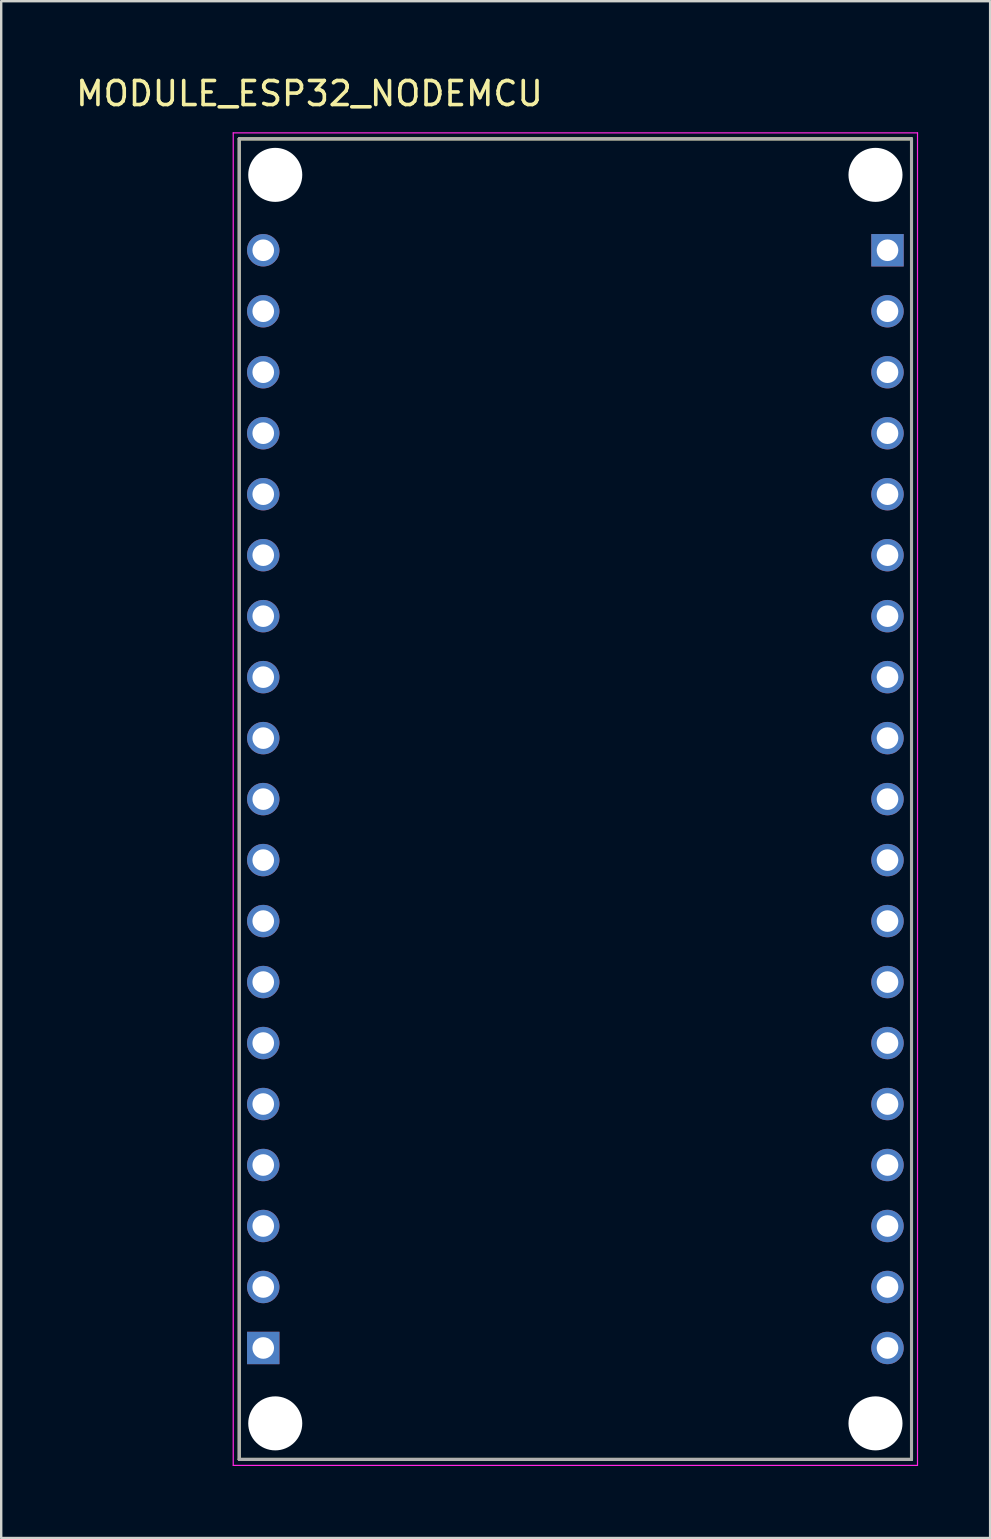
<source format=kicad_pcb>
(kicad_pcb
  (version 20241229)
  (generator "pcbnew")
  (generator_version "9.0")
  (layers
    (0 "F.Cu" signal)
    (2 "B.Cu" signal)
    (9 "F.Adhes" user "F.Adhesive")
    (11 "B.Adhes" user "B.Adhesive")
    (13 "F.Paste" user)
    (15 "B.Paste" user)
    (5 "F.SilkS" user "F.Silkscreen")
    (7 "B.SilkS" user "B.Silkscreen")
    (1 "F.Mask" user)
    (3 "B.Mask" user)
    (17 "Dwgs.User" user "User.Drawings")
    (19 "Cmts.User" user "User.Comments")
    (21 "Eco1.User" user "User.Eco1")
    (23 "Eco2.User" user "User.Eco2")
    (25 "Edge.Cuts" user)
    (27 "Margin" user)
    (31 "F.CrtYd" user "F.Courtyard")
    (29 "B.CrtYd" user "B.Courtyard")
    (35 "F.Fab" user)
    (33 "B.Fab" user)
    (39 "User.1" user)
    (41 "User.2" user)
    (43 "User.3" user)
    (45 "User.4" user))
  (footprint "MODULE_ESP32_NODEMCU"
    (layer "F.Cu")
    (at 20.914 30.233)
    (property "Reference" "MODULE_ESP32_NODEMCU" (at -11.075 -29.385 0) (layer "F.SilkS") (effects (font (size 1 1) (thickness 0.15))))
    (attr through_hole)
    (fp_line (start -14 -27.5) (end -14 27.5) (stroke (width 0.127) (type solid)) (layer "F.SilkS"))
    (fp_line (start -14 -27.5) (end 14 -27.5) (stroke (width 0.127) (type solid)) (layer "F.SilkS"))
    (fp_line (start -14 27.5) (end 14 27.5) (stroke (width 0.127) (type solid)) (layer "F.SilkS"))
    (fp_line (start 14 -27.5) (end 14 27.5) (stroke (width 0.127) (type solid)) (layer "F.SilkS"))
    (fp_line (start -14.25 -27.75) (end -14.25 27.75) (stroke (width 0.05) (type solid)) (layer "F.CrtYd"))
    (fp_line (start -14.25 27.75) (end 14.25 27.75) (stroke (width 0.05) (type solid)) (layer "F.CrtYd"))
    (fp_line (start 14.25 -27.75) (end -14.25 -27.75) (stroke (width 0.05) (type solid)) (layer "F.CrtYd"))
    (fp_line (start 14.25 27.75) (end 14.25 -27.75) (stroke (width 0.05) (type solid)) (layer "F.CrtYd"))
    (fp_line (start -14 -27.5) (end 14 -27.5) (stroke (width 0.127) (type solid)) (layer "F.Fab"))
    (fp_line (start -14 27.5) (end -14 -27.5) (stroke (width 0.127) (type solid)) (layer "F.Fab"))
    (fp_line (start 14 -27.5) (end 14 27.5) (stroke (width 0.127) (type solid)) (layer "F.Fab"))
    (fp_line (start 14 27.5) (end -14 27.5) (stroke (width 0.127) (type solid)) (layer "F.Fab"))
    (pad "" np_thru_hole circle (at -12.5 -26) (size 2.25 2.25) (drill 2.25) (layers "*.Cu" "*.Mask"))
    (pad "" np_thru_hole circle (at -12.5 26) (size 2.25 2.25) (drill 2.25) (layers "*.Cu" "*.Mask"))
    (pad "" np_thru_hole circle (at 12.5 -26) (size 2.25 2.25) (drill 2.25) (layers "*.Cu" "*.Mask"))
    (pad "" np_thru_hole circle (at 12.5 26) (size 2.25 2.25) (drill 2.25) (layers "*.Cu" "*.Mask"))
    (pad "J4_1" thru_hole rect (at 13 -22.86) (size 1.35 1.35) (drill 0.9) (layers "*.Cu" "*.Mask"))
    (pad "J4_2" thru_hole circle (at 13 -20.32) (size 1.35 1.35) (drill 0.9) (layers "*.Cu" "*.Mask"))
    (pad "J4_3" thru_hole circle (at 13 -17.78) (size 1.35 1.35) (drill 0.9) (layers "*.Cu" "*.Mask"))
    (pad "J4_4" thru_hole circle (at 13 -15.24) (size 1.35 1.35) (drill 0.9) (layers "*.Cu" "*.Mask"))
    (pad "J4_5" thru_hole circle (at 13 -12.7) (size 1.35 1.35) (drill 0.9) (layers "*.Cu" "*.Mask"))
    (pad "J4_6" thru_hole circle (at 13 -10.16) (size 1.35 1.35) (drill 0.9) (layers "*.Cu" "*.Mask"))
    (pad "J4_7" thru_hole circle (at 13 -7.62) (size 1.35 1.35) (drill 0.9) (layers "*.Cu" "*.Mask"))
    (pad "J4_8" thru_hole circle (at 13 -5.08) (size 1.35 1.35) (drill 0.9) (layers "*.Cu" "*.Mask"))
    (pad "J4_9" thru_hole circle (at 13 -2.54) (size 1.35 1.35) (drill 0.9) (layers "*.Cu" "*.Mask"))
    (pad "J4_10" thru_hole circle (at 13 0) (size 1.35 1.35) (drill 0.9) (layers "*.Cu" "*.Mask"))
    (pad "J4_11" thru_hole circle (at 13 2.54) (size 1.35 1.35) (drill 0.9) (layers "*.Cu" "*.Mask"))
    (pad "J4_12" thru_hole circle (at 13 5.08) (size 1.35 1.35) (drill 0.9) (layers "*.Cu" "*.Mask"))
    (pad "J4_13" thru_hole circle (at 13 7.62) (size 1.35 1.35) (drill 0.9) (layers "*.Cu" "*.Mask"))
    (pad "J4_14" thru_hole circle (at 13 10.16) (size 1.35 1.35) (drill 0.9) (layers "*.Cu" "*.Mask"))
    (pad "J4_15" thru_hole circle (at 13 12.7) (size 1.35 1.35) (drill 0.9) (layers "*.Cu" "*.Mask"))
    (pad "J4_16" thru_hole circle (at 13 15.24) (size 1.35 1.35) (drill 0.9) (layers "*.Cu" "*.Mask"))
    (pad "J4_17" thru_hole circle (at 13 17.78) (size 1.35 1.35) (drill 0.9) (layers "*.Cu" "*.Mask"))
    (pad "J4_18" thru_hole circle (at 13 20.32) (size 1.35 1.35) (drill 0.9) (layers "*.Cu" "*.Mask"))
    (pad "J4_19" thru_hole circle (at 13 22.86) (size 1.35 1.35) (drill 0.9) (layers "*.Cu" "*.Mask"))
    (pad "J5_1" thru_hole rect (at -13 22.86) (size 1.35 1.35) (drill 0.9) (layers "*.Cu" "*.Mask"))
    (pad "J5_2" thru_hole circle (at -13 20.32) (size 1.35 1.35) (drill 0.9) (layers "*.Cu" "*.Mask"))
    (pad "J5_3" thru_hole circle (at -13 17.78) (size 1.35 1.35) (drill 0.9) (layers "*.Cu" "*.Mask"))
    (pad "J5_4" thru_hole circle (at -13 15.24) (size 1.35 1.35) (drill 0.9) (layers "*.Cu" "*.Mask"))
    (pad "J5_5" thru_hole circle (at -13 12.7) (size 1.35 1.35) (drill 0.9) (layers "*.Cu" "*.Mask"))
    (pad "J5_6" thru_hole circle (at -13 10.16) (size 1.35 1.35) (drill 0.9) (layers "*.Cu" "*.Mask"))
    (pad "J5_7" thru_hole circle (at -13 7.62) (size 1.35 1.35) (drill 0.9) (layers "*.Cu" "*.Mask"))
    (pad "J5_8" thru_hole circle (at -13 5.08) (size 1.35 1.35) (drill 0.9) (layers "*.Cu" "*.Mask"))
    (pad "J5_9" thru_hole circle (at -13 2.54) (size 1.35 1.35) (drill 0.9) (layers "*.Cu" "*.Mask"))
    (pad "J5_10" thru_hole circle (at -13 0) (size 1.35 1.35) (drill 0.9) (layers "*.Cu" "*.Mask"))
    (pad "J5_11" thru_hole circle (at -13 -2.54) (size 1.35 1.35) (drill 0.9) (layers "*.Cu" "*.Mask"))
    (pad "J5_12" thru_hole circle (at -13 -5.08) (size 1.35 1.35) (drill 0.9) (layers "*.Cu" "*.Mask"))
    (pad "J5_13" thru_hole circle (at -13 -7.62) (size 1.35 1.35) (drill 0.9) (layers "*.Cu" "*.Mask"))
    (pad "J5_14" thru_hole circle (at -13 -10.16) (size 1.35 1.35) (drill 0.9) (layers "*.Cu" "*.Mask"))
    (pad "J5_15" thru_hole circle (at -13 -12.7) (size 1.35 1.35) (drill 0.9) (layers "*.Cu" "*.Mask"))
    (pad "J5_16" thru_hole circle (at -13 -15.24) (size 1.35 1.35) (drill 0.9) (layers "*.Cu" "*.Mask"))
    (pad "J5_17" thru_hole circle (at -13 -17.78) (size 1.35 1.35) (drill 0.9) (layers "*.Cu" "*.Mask"))
    (pad "J5_18" thru_hole circle (at -13 -20.32) (size 1.35 1.35) (drill 0.9) (layers "*.Cu" "*.Mask"))
    (pad "J5_19" thru_hole circle (at -13 -22.86) (size 1.35 1.35) (drill 0.9) (layers "*.Cu" "*.Mask")))
  (gr_rect
    (start -3 -3)
    (end 38.189 61.008)
    (stroke (width 0.1) (type default))
    (fill no)
    (layer "Edge.Cuts")))
</source>
